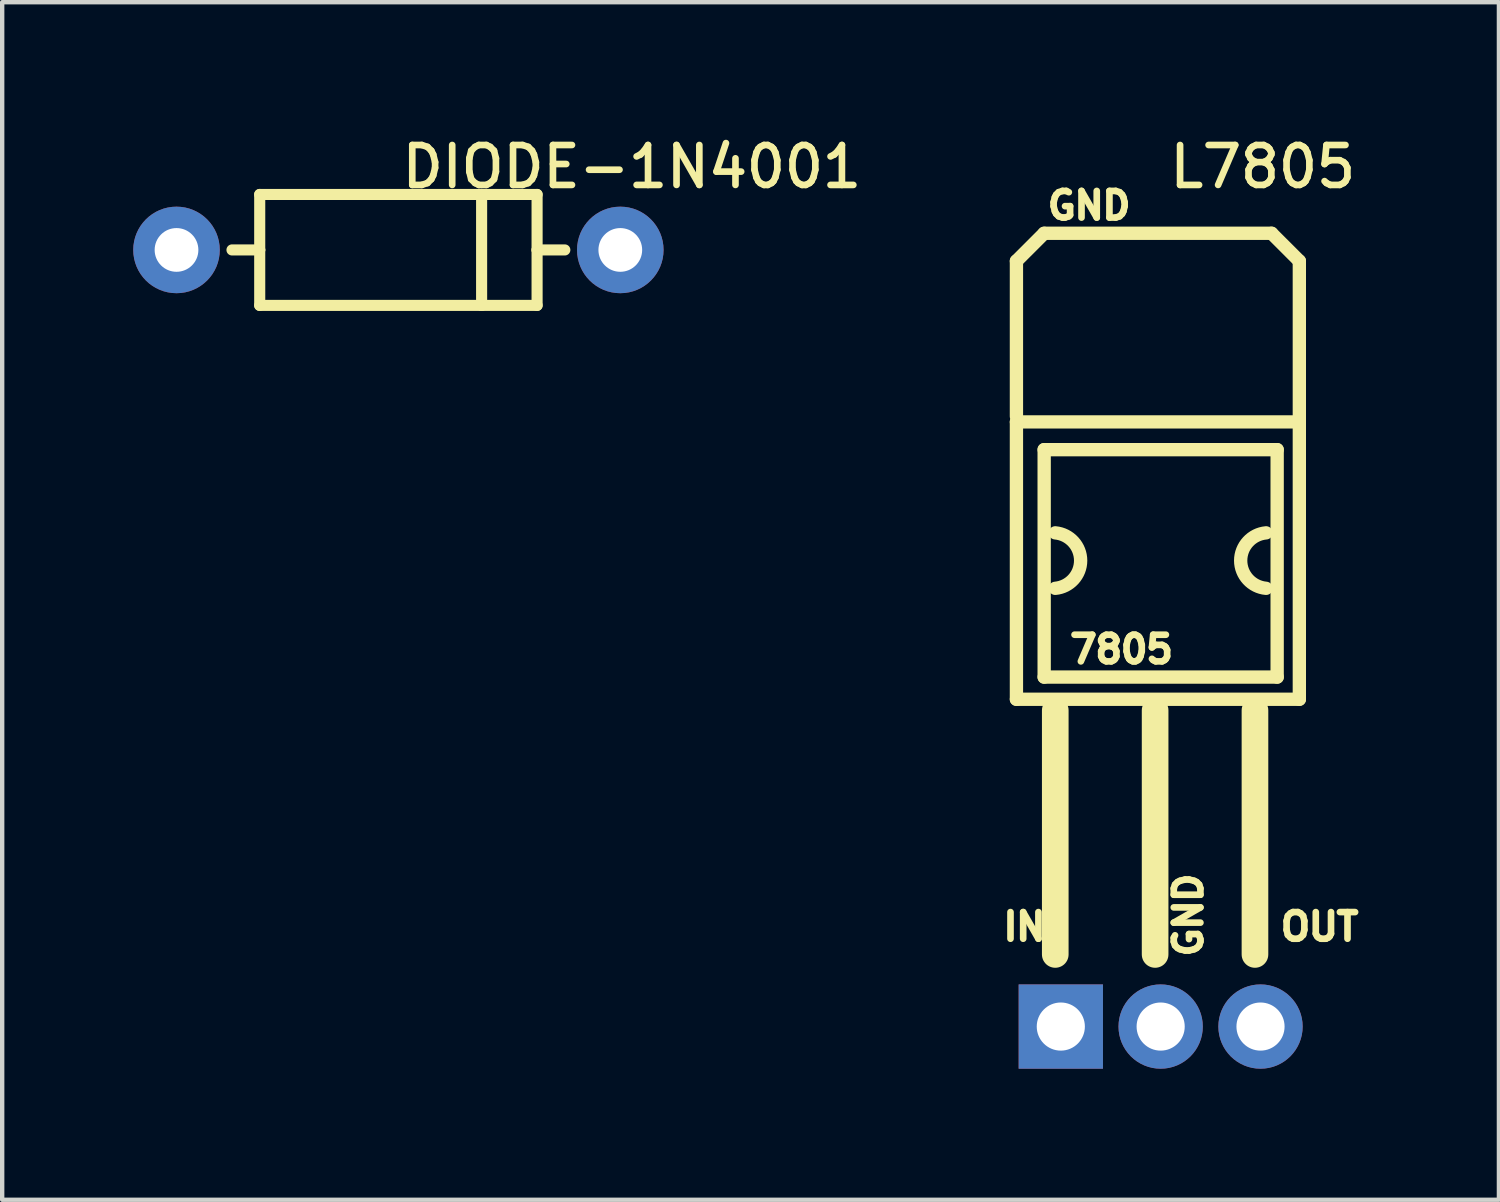
<source format=kicad_pcb>
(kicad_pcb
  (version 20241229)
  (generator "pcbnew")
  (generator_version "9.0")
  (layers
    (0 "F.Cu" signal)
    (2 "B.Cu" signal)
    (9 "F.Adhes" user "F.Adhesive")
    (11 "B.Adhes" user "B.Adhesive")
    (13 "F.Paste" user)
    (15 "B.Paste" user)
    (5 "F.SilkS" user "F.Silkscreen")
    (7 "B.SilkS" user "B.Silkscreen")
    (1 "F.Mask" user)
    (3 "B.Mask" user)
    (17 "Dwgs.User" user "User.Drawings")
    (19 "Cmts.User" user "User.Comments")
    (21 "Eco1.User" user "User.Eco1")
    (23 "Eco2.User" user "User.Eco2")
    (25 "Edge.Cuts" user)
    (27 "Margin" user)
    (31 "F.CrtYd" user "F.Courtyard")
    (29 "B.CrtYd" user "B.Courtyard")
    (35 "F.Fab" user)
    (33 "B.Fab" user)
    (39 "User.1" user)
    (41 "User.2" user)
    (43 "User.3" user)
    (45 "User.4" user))
  (footprint "L7805"
    (layer "F.Cu")
    (at 23.522 20.452)
    (property "Reference" "L7805" (at 0.127 -20.218 0) (unlocked yes) (layer "F.SilkS") (effects (font (size 0.914 0.914) (thickness 0.152)) (justify left top)))
    (fp_line (start -3.302 -17.526) (end -2.667 -18.161) (stroke (width 0.305) (type default)) (layer "F.SilkS"))
    (fp_line (start -3.302 -13.97) (end -3.302 -17.526) (stroke (width 0.305) (type default)) (layer "F.SilkS"))
    (fp_line (start -3.302 -13.843) (end -3.302 -7.493) (stroke (width 0.305) (type default)) (layer "F.SilkS"))
    (fp_line (start -3.302 -7.493) (end 3.175 -7.493) (stroke (width 0.305) (type default)) (layer "F.SilkS"))
    (fp_line (start -2.667 -18.161) (end 2.54 -18.161) (stroke (width 0.305) (type default)) (layer "F.SilkS"))
    (fp_line (start -2.667 -13.208) (end 2.667 -13.208) (stroke (width 0.305) (type default)) (layer "F.SilkS"))
    (fp_line (start -2.667 -8.001) (end -2.667 -13.208) (stroke (width 0.305) (type default)) (layer "F.SilkS"))
    (fp_line (start -2.413 -1.651) (end -2.413 -7.239) (stroke (width 0.61) (type default)) (layer "F.SilkS"))
    (fp_line (start -0.127 -1.651) (end -0.127 -7.239) (stroke (width 0.61) (type default)) (layer "F.SilkS"))
    (fp_line (start 2.159 -1.651) (end 2.159 -7.239) (stroke (width 0.61) (type default)) (layer "F.SilkS"))
    (fp_line (start 2.54 -18.161) (end 3.175 -17.526) (stroke (width 0.305) (type default)) (layer "F.SilkS"))
    (fp_line (start 2.667 -13.208) (end 2.667 -8.001) (stroke (width 0.305) (type default)) (layer "F.SilkS"))
    (fp_line (start 2.667 -8.001) (end -2.667 -8.001) (stroke (width 0.305) (type default)) (layer "F.SilkS"))
    (fp_line (start 3.175 -17.526) (end 3.175 -13.843) (stroke (width 0.305) (type default)) (layer "F.SilkS"))
    (fp_line (start 3.175 -13.843) (end -3.302 -13.843) (stroke (width 0.305) (type default)) (layer "F.SilkS"))
    (fp_line (start 3.175 -7.493) (end 3.175 -13.843) (stroke (width 0.305) (type default)) (layer "F.SilkS"))
    (fp_arc (start -2.413 -11.303) (mid -1.832356 -10.668) (end -2.413 -10.033) (stroke (width 0.3048) (type default)) (layer "F.SilkS"))
    (fp_arc (start 2.413 -10.033) (mid 1.832356 -10.668) (end 2.413 -11.303) (stroke (width 0.3048) (type default)) (layer "F.SilkS"))
    (fp_text user "IN" (at -3.683 -2.642 0) (unlocked yes) (layer "F.SilkS") (effects (font (size 0.61 0.61) (thickness 0.152)) (justify left top)))
    (fp_text user "GND" (at -2.667 -19.152 0) (unlocked yes) (layer "F.SilkS") (effects (font (size 0.61 0.61) (thickness 0.152)) (justify left top)))
    (fp_text user "7805" (at -2.159 -8.992 0) (unlocked yes) (layer "F.SilkS") (effects (font (size 0.61 0.61) (thickness 0.152)) (justify left top)))
    (fp_text user "OUT" (at 2.667 -2.642 0) (unlocked yes) (layer "F.SilkS") (effects (font (size 0.61 0.61) (thickness 0.152)) (justify left top)))
    (fp_text user "GND" (at 0.279 -1.524 90) (unlocked yes) (layer "F.SilkS") (effects (font (size 0.61 0.61) (thickness 0.152)) (justify left top)))
    (pad "1" thru_hole rect (at -2.286 0) (size 1.93 1.93) (drill 1.102) (layers "*.Cu" "*.Mask"))
    (pad "2" thru_hole oval (at 0 0) (size 1.93 1.93) (drill 1.102) (layers "*.Cu" "*.Mask"))
    (pad "3" thru_hole circle (at 2.286 0) (size 1.93 1.93) (drill 1.102) (layers "*.Cu" "*.Mask")))
  (footprint "DIODE-1N4001"
    (layer "F.Cu")
    (at 6.071 2.672)
    (property "Reference" "DIODE-1N4001" (at 0 -2.438 0) (unlocked yes) (layer "F.SilkS") (effects (font (size 0.914 0.914) (thickness 0.152)) (justify left top)))
    (fp_line (start -3.175 -1.27) (end -3.175 0) (stroke (width 0.254) (type default)) (layer "F.SilkS"))
    (fp_line (start -3.175 0) (end -3.81 0) (stroke (width 0.254) (type default)) (layer "F.SilkS"))
    (fp_line (start -3.175 0) (end -3.175 1.27) (stroke (width 0.254) (type default)) (layer "F.SilkS"))
    (fp_line (start -3.175 1.27) (end 1.905 1.27) (stroke (width 0.254) (type default)) (layer "F.SilkS"))
    (fp_line (start 1.905 -1.27) (end -3.175 -1.27) (stroke (width 0.254) (type default)) (layer "F.SilkS"))
    (fp_line (start 1.905 -1.27) (end 1.905 1.27) (stroke (width 0.254) (type default)) (layer "F.SilkS"))
    (fp_line (start 1.905 1.27) (end 3.175 1.27) (stroke (width 0.254) (type default)) (layer "F.SilkS"))
    (fp_line (start 3.175 -1.27) (end 1.905 -1.27) (stroke (width 0.254) (type default)) (layer "F.SilkS"))
    (fp_line (start 3.175 0) (end 3.175 -1.27) (stroke (width 0.254) (type default)) (layer "F.SilkS"))
    (fp_line (start 3.175 0) (end 3.81 0) (stroke (width 0.254) (type default)) (layer "F.SilkS"))
    (fp_line (start 3.175 1.27) (end 3.175 0) (stroke (width 0.254) (type default)) (layer "F.SilkS"))
    (pad "A" thru_hole oval (at -5.08 0) (size 1.981 1.981) (drill 1.001) (layers "*.Cu" "*.Mask"))
    (pad "C" thru_hole oval (at 5.08 0) (size 1.981 1.981) (drill 1.001) (layers "*.Cu" "*.Mask")))
  (gr_rect
    (start -3 -3)
    (end 31.266 24.417)
    (stroke (width 0.1) (type default))
    (fill no)
    (layer "Edge.Cuts")))
</source>
